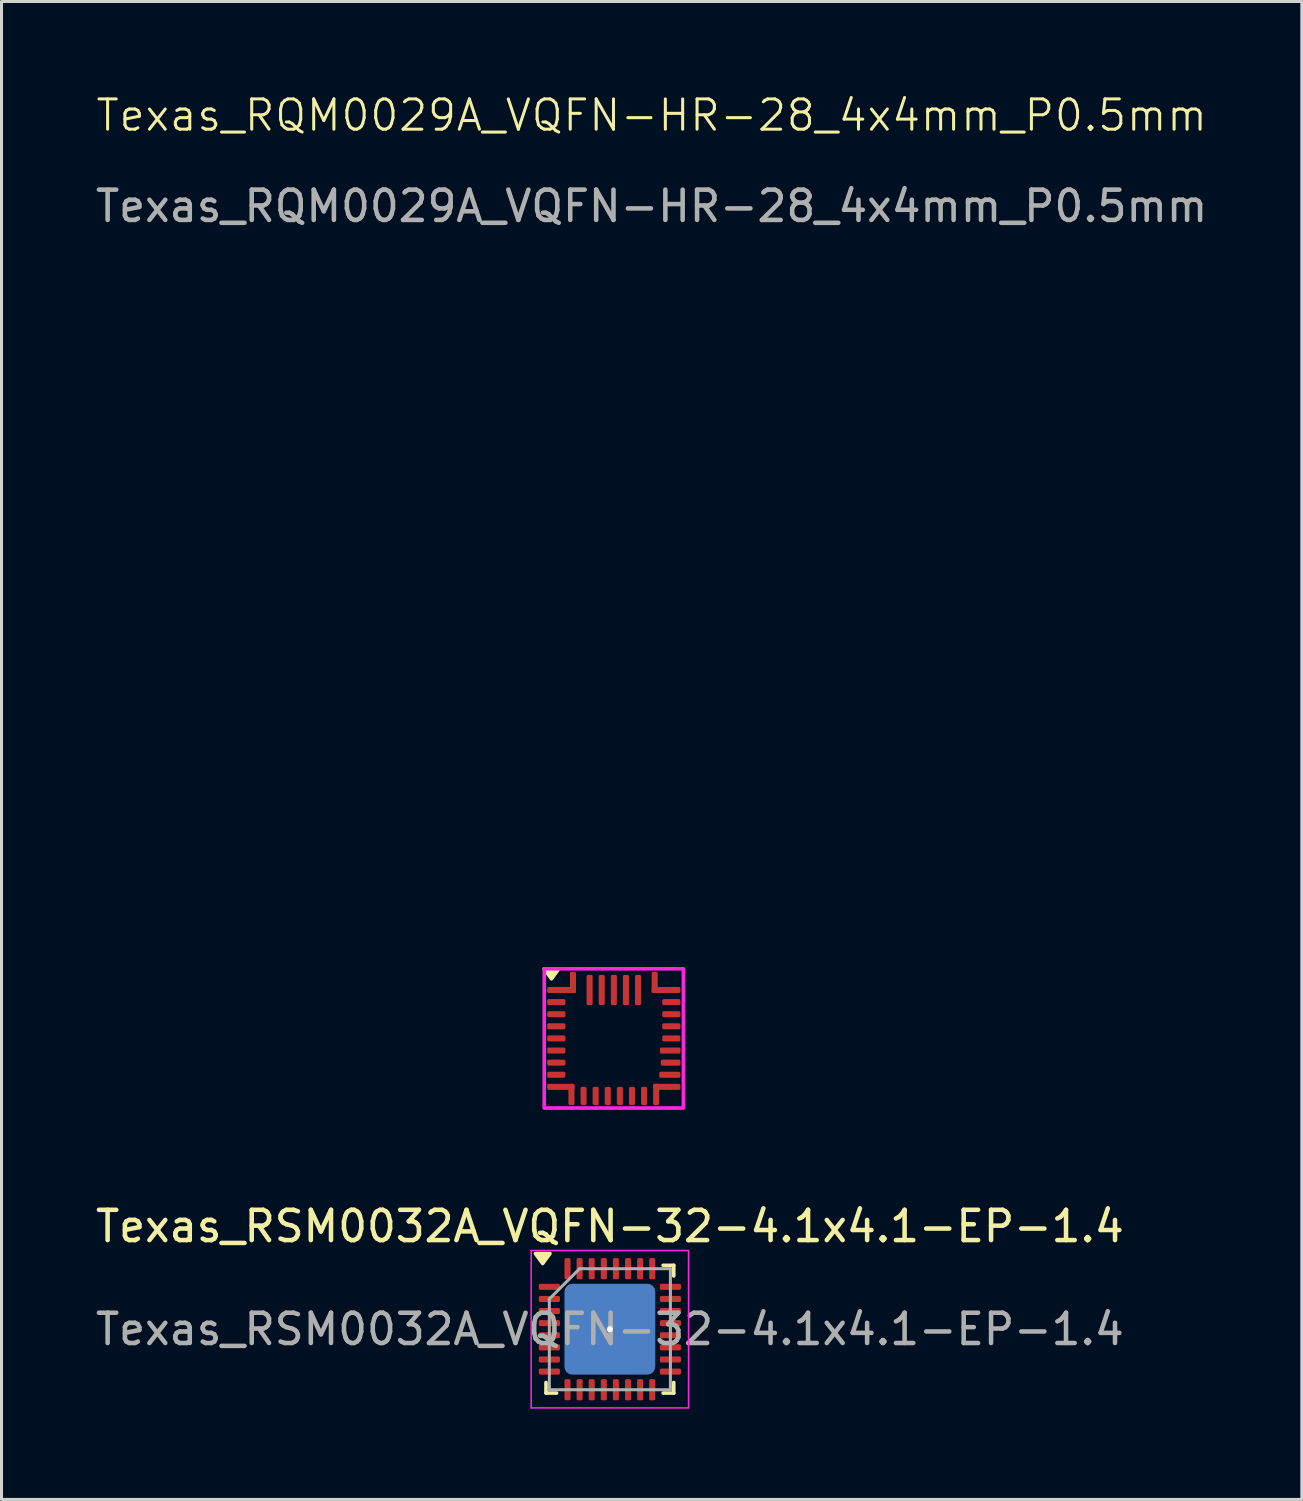
<source format=kicad_pcb>
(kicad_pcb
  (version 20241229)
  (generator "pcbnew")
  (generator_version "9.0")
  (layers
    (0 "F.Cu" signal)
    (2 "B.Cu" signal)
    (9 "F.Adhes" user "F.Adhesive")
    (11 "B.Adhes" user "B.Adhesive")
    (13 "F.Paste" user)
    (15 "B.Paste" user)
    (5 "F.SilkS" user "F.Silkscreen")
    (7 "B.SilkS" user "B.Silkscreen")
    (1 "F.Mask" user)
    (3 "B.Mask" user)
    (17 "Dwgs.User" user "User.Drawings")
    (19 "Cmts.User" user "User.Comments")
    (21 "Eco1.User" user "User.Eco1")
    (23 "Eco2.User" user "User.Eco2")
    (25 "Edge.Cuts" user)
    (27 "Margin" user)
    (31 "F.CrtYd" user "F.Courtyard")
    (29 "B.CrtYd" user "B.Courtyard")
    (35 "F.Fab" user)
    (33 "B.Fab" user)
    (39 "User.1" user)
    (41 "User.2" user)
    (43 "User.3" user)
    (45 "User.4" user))
  (footprint "Texas_RQM0029A_VQFN-HR-28_4x4mm_P0.5mm"
    (layer "F.Cu")
    (at 17.232 31.261)
    (property "Reference" "Texas_RQM0029A_VQFN-HR-28_4x4mm_P0.5mm" (at 1.25 -30.5 0) (unlocked yes) (layer "F.SilkS") (effects (font (size 1 1) (thickness 0.1))))
    (attr smd)
    (fp_poly (pts (xy -2.06 -1.97) (xy -2.3 -2.3) (xy -1.82 -2.3) (xy -2.06 -1.97)) (stroke (width 0.12) (type solid)) (fill yes) (layer "F.SilkS"))
    (fp_rect (start -2.3 -2.3) (end 2.3 2.3) (stroke (width 0.12) (type default)) (fill no) (layer "F.CrtYd"))
    (fp_text user "${REFERENCE}" (at 1.25 -27.5 0) (unlocked yes) (layer "F.Fab") (effects (font (size 1 1) (thickness 0.15))))
    (pad "1" smd roundrect (at -1.725 -1.6) (size 0.95 0.2) (layers "F.Cu" "F.Mask" "F.Paste") (roundrect_rratio 0.25))
    (pad "1" smd roundrect (at -1.35 -1.85) (size 0.2 0.7) (layers "F.Cu" "F.Mask" "F.Paste") (roundrect_rratio 0.25))
    (pad "2" smd roundrect (at -1.9 -1.2) (size 0.6 0.2) (layers "F.Cu" "F.Mask" "F.Paste") (roundrect_rratio 0.25))
    (pad "3" smd roundrect (at -1.9 -0.8) (size 0.6 0.2) (layers "F.Cu" "F.Mask" "F.Paste") (roundrect_rratio 0.25))
    (pad "4" smd roundrect (at -1.9 -0.4) (size 0.6 0.2) (layers "F.Cu" "F.Mask" "F.Paste") (roundrect_rratio 0.25))
    (pad "5" smd roundrect (at -1.9 0) (size 0.6 0.2) (layers "F.Cu" "F.Mask" "F.Paste") (roundrect_rratio 0.25))
    (pad "6" smd roundrect (at -1.9 0.4) (size 0.6 0.2) (layers "F.Cu" "F.Mask" "F.Paste") (roundrect_rratio 0.25))
    (pad "7" smd roundrect (at -1.9 0.8) (size 0.6 0.2) (layers "F.Cu" "F.Mask" "F.Paste") (roundrect_rratio 0.25))
    (pad "8" smd roundrect (at -1.9 1.2) (size 0.6 0.2) (layers "F.Cu" "F.Mask" "F.Paste") (roundrect_rratio 0.25))
    (pad "9" smd roundrect (at -1.75 1.6) (size 0.9 0.2) (layers "F.Cu" "F.Mask" "F.Paste") (roundrect_rratio 0.25))
    (pad "9" smd roundrect (at -1.4 1.85) (size 0.2 0.7) (layers "F.Cu" "F.Mask" "F.Paste") (roundrect_rratio 0.25))
    (pad "10" smd roundrect (at -1 1.9) (size 0.2 0.6) (layers "F.Cu" "F.Mask" "F.Paste") (roundrect_rratio 0.25))
    (pad "11" smd roundrect (at -0.6 1.9) (size 0.2 0.6) (layers "F.Cu" "F.Mask" "F.Paste") (roundrect_rratio 0.25))
    (pad "12" smd roundrect (at -0.2 1.9) (size 0.2 0.6) (layers "F.Cu" "F.Mask" "F.Paste") (roundrect_rratio 0.25))
    (pad "13" smd roundrect (at 0.2 1.9) (size 0.2 0.6) (layers "F.Cu" "F.Mask" "F.Paste") (roundrect_rratio 0.25))
    (pad "14" smd roundrect (at 0.6 1.9) (size 0.2 0.6) (layers "F.Cu" "F.Mask" "F.Paste") (roundrect_rratio 0.25))
    (pad "15" smd roundrect (at 1 1.9) (size 0.2 0.6) (layers "F.Cu" "F.Mask" "F.Paste") (roundrect_rratio 0.25))
    (pad "16" smd roundrect (at 1.4 1.85 90) (size 0.7 0.2) (layers "F.Cu" "F.Mask" "F.Paste") (roundrect_rratio 0.25))
    (pad "16" smd roundrect (at 1.75 1.6) (size 0.9 0.2) (layers "F.Cu" "F.Mask" "F.Paste") (roundrect_rratio 0.25))
    (pad "17" smd roundrect (at 1.85 1.2) (size 0.7 0.2) (layers "F.Cu" "F.Mask" "F.Paste") (roundrect_rratio 0.25))
    (pad "18" smd roundrect (at 1.875 0.8) (size 0.65 0.2) (layers "F.Cu" "F.Mask" "F.Paste") (roundrect_rratio 0.25))
    (pad "19" smd roundrect (at 1.863 0.4) (size 0.68 0.2) (layers "F.Cu" "F.Mask" "F.Paste") (roundrect_rratio 0.25))
    (pad "20" smd roundrect (at 1.9 0) (size 0.6 0.2) (layers "F.Cu" "F.Mask" "F.Paste") (roundrect_rratio 0.25))
    (pad "21" smd roundrect (at 1.9 -0.4) (size 0.6 0.2) (layers "F.Cu" "F.Mask" "F.Paste") (roundrect_rratio 0.25))
    (pad "22" smd roundrect (at 1.9 -0.8) (size 0.6 0.2) (layers "F.Cu" "F.Mask" "F.Paste") (roundrect_rratio 0.25))
    (pad "23" smd roundrect (at 1.9 -1.2) (size 0.6 0.2) (layers "F.Cu" "F.Mask" "F.Paste") (roundrect_rratio 0.25))
    (pad "24" smd roundrect (at 1.35 -1.85) (size 0.2 0.7) (layers "F.Cu" "F.Mask" "F.Paste") (roundrect_rratio 0.25))
    (pad "24" smd roundrect (at 1.725 -1.6) (size 0.95 0.2) (layers "F.Cu" "F.Mask" "F.Paste") (roundrect_rratio 0.25))
    (pad "25" smd roundrect (at 0.8 -1.6) (size 0.2 1) (layers "F.Cu" "F.Mask" "F.Paste") (roundrect_rratio 0.25))
    (pad "26" smd roundrect (at 0.4 -1.6) (size 0.2 1) (layers "F.Cu" "F.Mask" "F.Paste") (roundrect_rratio 0.25))
    (pad "27" smd roundrect (at 0 -1.6) (size 0.2 1) (layers "F.Cu" "F.Mask" "F.Paste") (roundrect_rratio 0.25))
    (pad "28" smd roundrect (at -0.4 -1.6) (size 0.2 1) (layers "F.Cu" "F.Mask" "F.Paste") (roundrect_rratio 0.25))
    (pad "29" smd roundrect (at -0.8 -1.6) (size 0.2 1) (layers "F.Cu" "F.Mask" "F.Paste") (roundrect_rratio 0.25)))
  (footprint "Texas_RSM0032A_VQFN-32-4.1x4.1-EP-1.4"
    (layer "F.Cu")
    (at 17.101 40.869)
    (property "Reference" "Texas_RSM0032A_VQFN-32-4.1x4.1-EP-1.4" (at 0 -3.4 0) (layer "F.SilkS") (effects (font (size 1 1) (thickness 0.15))))
    (attr smd)
    (fp_line (start -2.11 2.11) (end -2.11 1.76) (stroke (width 0.12) (type solid)) (layer "F.SilkS"))
    (fp_line (start -1.76 2.11) (end -2.11 2.11) (stroke (width 0.12) (type solid)) (layer "F.SilkS"))
    (fp_line (start 1.76 -2.11) (end 2.11 -2.11) (stroke (width 0.12) (type solid)) (layer "F.SilkS"))
    (fp_line (start 1.76 2.11) (end 2.11 2.11) (stroke (width 0.12) (type solid)) (layer "F.SilkS"))
    (fp_line (start 2.11 -2.11) (end 2.11 -1.76) (stroke (width 0.12) (type solid)) (layer "F.SilkS"))
    (fp_line (start 2.11 2.11) (end 2.11 1.76) (stroke (width 0.12) (type solid)) (layer "F.SilkS"))
    (fp_poly (pts (xy -2.22 -2.17) (xy -2.46 -2.5) (xy -1.98 -2.5) (xy -2.22 -2.17)) (stroke (width 0.12) (type solid)) (fill yes) (layer "F.SilkS"))
    (fp_line (start -2.6 -2.6) (end -2.6 2.6) (stroke (width 0.05) (type solid)) (layer "F.CrtYd"))
    (fp_line (start -2.6 2.6) (end 2.6 2.6) (stroke (width 0.05) (type solid)) (layer "F.CrtYd"))
    (fp_line (start 2.6 -2.6) (end -2.6 -2.6) (stroke (width 0.05) (type solid)) (layer "F.CrtYd"))
    (fp_line (start 2.6 2.6) (end 2.6 -2.6) (stroke (width 0.05) (type solid)) (layer "F.CrtYd"))
    (fp_line (start -2 -1) (end -1 -2) (stroke (width 0.1) (type solid)) (layer "F.Fab"))
    (fp_line (start -2 2) (end -2 -1) (stroke (width 0.1) (type solid)) (layer "F.Fab"))
    (fp_line (start -1 -2) (end 2 -2) (stroke (width 0.1) (type solid)) (layer "F.Fab"))
    (fp_line (start 2 -2) (end 2 2) (stroke (width 0.1) (type solid)) (layer "F.Fab"))
    (fp_line (start 2 2) (end -2 2) (stroke (width 0.1) (type solid)) (layer "F.Fab"))
    (fp_text user "${REFERENCE}" (at 0 0 0) (layer "F.Fab") (effects (font (size 1 1) (thickness 0.15))))
    (pad "" smd roundrect (at -0.35 -0.35) (size 0.6 0.6) (layers "F.Paste") (roundrect_rratio 0.198))
    (pad "" smd roundrect (at -0.35 0.35) (size 0.6 0.6) (layers "F.Paste") (roundrect_rratio 0.198))
    (pad "" smd roundrect (at 0.35 -0.35) (size 0.6 0.6) (layers "F.Paste") (roundrect_rratio 0.198))
    (pad "" smd roundrect (at 0.35 0.35) (size 0.6 0.6) (layers "F.Paste") (roundrect_rratio 0.198))
    (pad "1" smd roundrect (at -2 -1.4) (size 0.7 0.2) (layers "F.Cu" "F.Mask" "F.Paste") (roundrect_rratio 0.25))
    (pad "2" smd roundrect (at -2 -1) (size 0.7 0.2) (layers "F.Cu" "F.Mask" "F.Paste") (roundrect_rratio 0.25))
    (pad "3" smd roundrect (at -2 -0.6) (size 0.7 0.2) (layers "F.Cu" "F.Mask" "F.Paste") (roundrect_rratio 0.25))
    (pad "4" smd roundrect (at -2 -0.2) (size 0.7 0.2) (layers "F.Cu" "F.Mask" "F.Paste") (roundrect_rratio 0.25))
    (pad "5" smd roundrect (at -2 0.2) (size 0.7 0.2) (layers "F.Cu" "F.Mask" "F.Paste") (roundrect_rratio 0.25))
    (pad "6" smd roundrect (at -2 0.6) (size 0.7 0.2) (layers "F.Cu" "F.Mask" "F.Paste") (roundrect_rratio 0.25))
    (pad "7" smd roundrect (at -2 1) (size 0.7 0.2) (layers "F.Cu" "F.Mask" "F.Paste") (roundrect_rratio 0.25))
    (pad "8" smd roundrect (at -2 1.4) (size 0.7 0.2) (layers "F.Cu" "F.Mask" "F.Paste") (roundrect_rratio 0.25))
    (pad "9" smd roundrect (at -1.4 2) (size 0.2 0.7) (layers "F.Cu" "F.Mask" "F.Paste") (roundrect_rratio 0.25))
    (pad "10" smd roundrect (at -1 2) (size 0.2 0.7) (layers "F.Cu" "F.Mask" "F.Paste") (roundrect_rratio 0.25))
    (pad "11" smd roundrect (at -0.6 2) (size 0.2 0.7) (layers "F.Cu" "F.Mask" "F.Paste") (roundrect_rratio 0.25))
    (pad "12" smd roundrect (at -0.2 2) (size 0.2 0.7) (layers "F.Cu" "F.Mask" "F.Paste") (roundrect_rratio 0.25))
    (pad "13" smd roundrect (at 0.2 2) (size 0.2 0.7) (layers "F.Cu" "F.Mask" "F.Paste") (roundrect_rratio 0.25))
    (pad "14" smd roundrect (at 0.6 2) (size 0.2 0.7) (layers "F.Cu" "F.Mask" "F.Paste") (roundrect_rratio 0.25))
    (pad "15" smd roundrect (at 1 2) (size 0.2 0.7) (layers "F.Cu" "F.Mask" "F.Paste") (roundrect_rratio 0.25))
    (pad "16" smd roundrect (at 1.4 2) (size 0.2 0.7) (layers "F.Cu" "F.Mask" "F.Paste") (roundrect_rratio 0.25))
    (pad "17" smd roundrect (at 2 1.4) (size 0.7 0.2) (layers "F.Cu" "F.Mask" "F.Paste") (roundrect_rratio 0.25))
    (pad "18" smd roundrect (at 2 1) (size 0.7 0.2) (layers "F.Cu" "F.Mask" "F.Paste") (roundrect_rratio 0.25))
    (pad "19" smd roundrect (at 2 0.6) (size 0.7 0.2) (layers "F.Cu" "F.Mask" "F.Paste") (roundrect_rratio 0.25))
    (pad "20" smd roundrect (at 2 0.2) (size 0.7 0.2) (layers "F.Cu" "F.Mask" "F.Paste") (roundrect_rratio 0.25))
    (pad "21" smd roundrect (at 2 -0.2) (size 0.7 0.2) (layers "F.Cu" "F.Mask" "F.Paste") (roundrect_rratio 0.25))
    (pad "22" smd roundrect (at 2 -0.6) (size 0.7 0.2) (layers "F.Cu" "F.Mask" "F.Paste") (roundrect_rratio 0.25))
    (pad "23" smd roundrect (at 2 -1) (size 0.7 0.2) (layers "F.Cu" "F.Mask" "F.Paste") (roundrect_rratio 0.25))
    (pad "24" smd roundrect (at 2 -1.4) (size 0.7 0.2) (layers "F.Cu" "F.Mask" "F.Paste") (roundrect_rratio 0.25))
    (pad "25" smd roundrect (at 1.4 -2) (size 0.2 0.7) (layers "F.Cu" "F.Mask" "F.Paste") (roundrect_rratio 0.25))
    (pad "26" smd roundrect (at 1 -2) (size 0.2 0.7) (layers "F.Cu" "F.Mask" "F.Paste") (roundrect_rratio 0.25))
    (pad "27" smd roundrect (at 0.6 -2) (size 0.2 0.7) (layers "F.Cu" "F.Mask" "F.Paste") (roundrect_rratio 0.25))
    (pad "28" smd roundrect (at 0.2 -2) (size 0.2 0.7) (layers "F.Cu" "F.Mask" "F.Paste") (roundrect_rratio 0.25))
    (pad "29" smd roundrect (at -0.2 -2) (size 0.2 0.7) (layers "F.Cu" "F.Mask" "F.Paste") (roundrect_rratio 0.25))
    (pad "30" smd roundrect (at -0.6 -2) (size 0.2 0.7) (layers "F.Cu" "F.Mask" "F.Paste") (roundrect_rratio 0.25))
    (pad "31" smd roundrect (at -1 -2) (size 0.2 0.7) (layers "F.Cu" "F.Mask" "F.Paste") (roundrect_rratio 0.25))
    (pad "32" smd roundrect (at -1.4 -2) (size 0.2 0.7) (layers "F.Cu" "F.Mask" "F.Paste") (roundrect_rratio 0.25))
    (pad "33" thru_hole circle (at 0 0) (size 0.5 0.5) (drill 0.2) (layers "*.Cu" "B.Mask"))
    (pad "33" smd roundrect (at 0 0) (size 1.4 1.4) (layers "F.Cu" "F.Mask") (roundrect_rratio 0.086))
    (pad "33" smd roundrect (at 0 0) (size 3 3) (layers "B.Cu") (roundrect_rratio 0.086)))
  (gr_rect
    (start -3 -3)
    (end 39.964 46.494)
    (stroke (width 0.1) (type default))
    (fill no)
    (layer "Edge.Cuts")))
</source>
